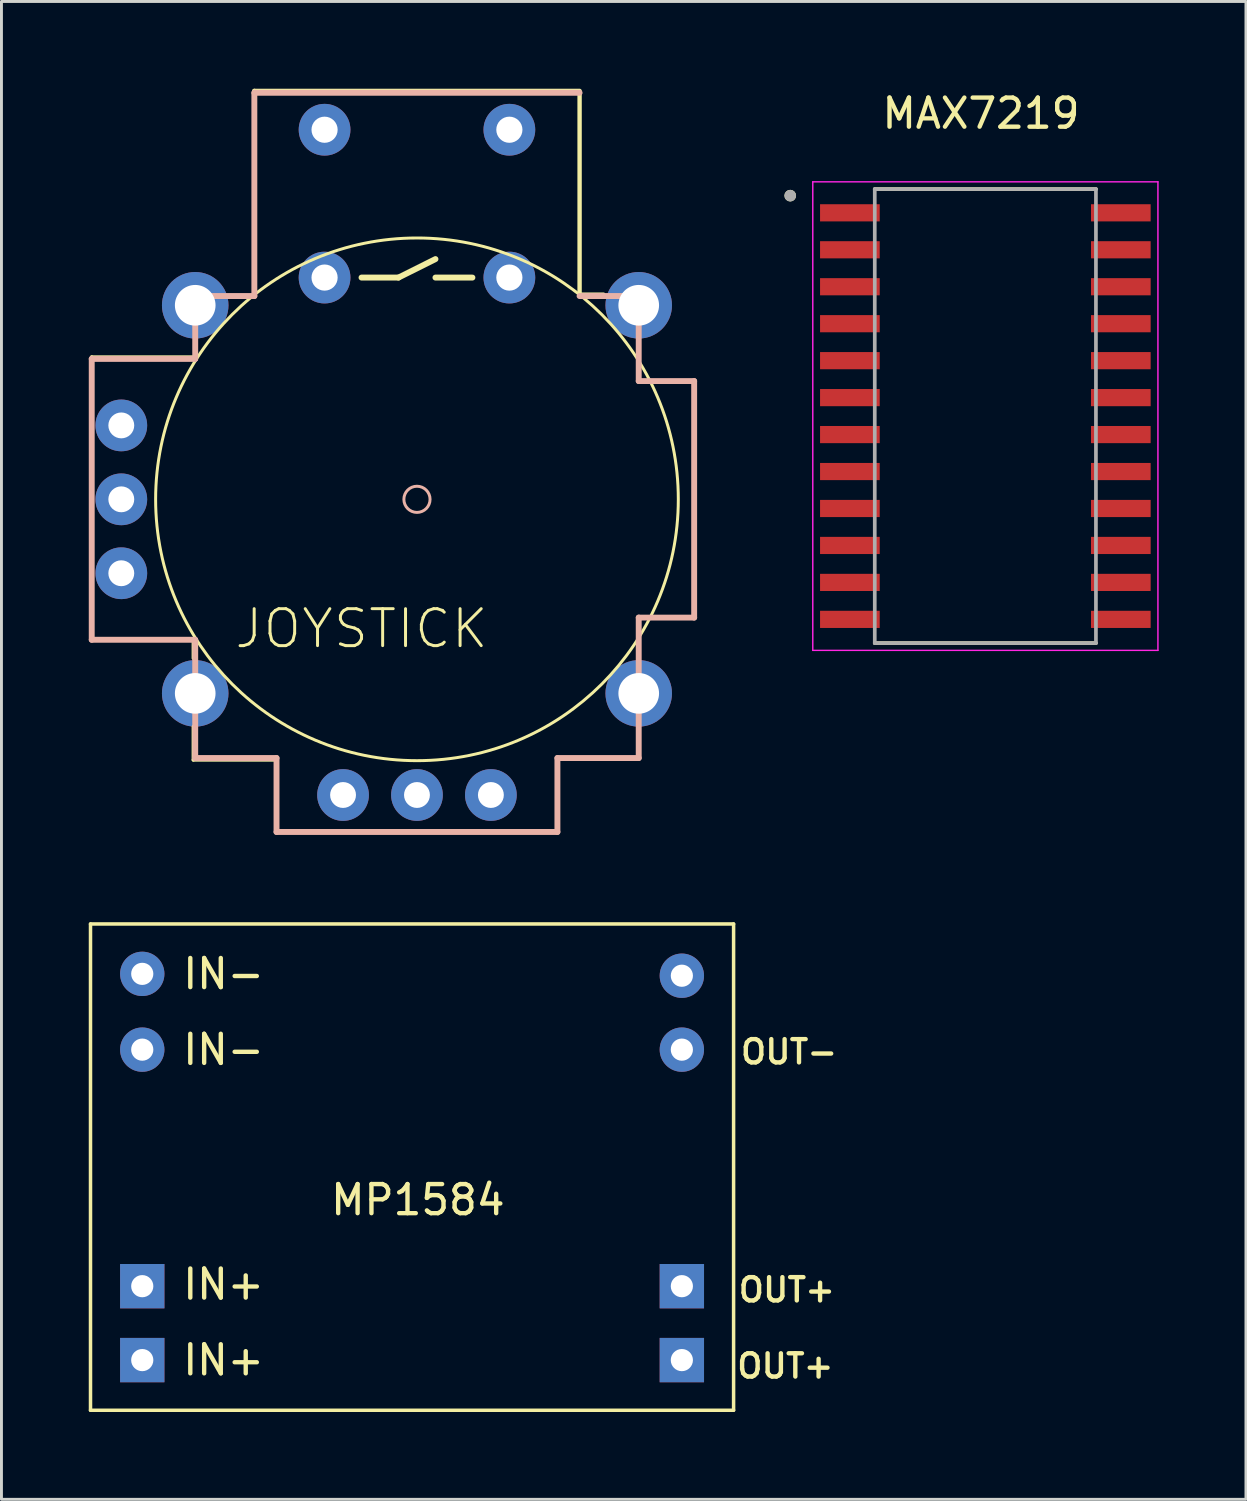
<source format=kicad_pcb>
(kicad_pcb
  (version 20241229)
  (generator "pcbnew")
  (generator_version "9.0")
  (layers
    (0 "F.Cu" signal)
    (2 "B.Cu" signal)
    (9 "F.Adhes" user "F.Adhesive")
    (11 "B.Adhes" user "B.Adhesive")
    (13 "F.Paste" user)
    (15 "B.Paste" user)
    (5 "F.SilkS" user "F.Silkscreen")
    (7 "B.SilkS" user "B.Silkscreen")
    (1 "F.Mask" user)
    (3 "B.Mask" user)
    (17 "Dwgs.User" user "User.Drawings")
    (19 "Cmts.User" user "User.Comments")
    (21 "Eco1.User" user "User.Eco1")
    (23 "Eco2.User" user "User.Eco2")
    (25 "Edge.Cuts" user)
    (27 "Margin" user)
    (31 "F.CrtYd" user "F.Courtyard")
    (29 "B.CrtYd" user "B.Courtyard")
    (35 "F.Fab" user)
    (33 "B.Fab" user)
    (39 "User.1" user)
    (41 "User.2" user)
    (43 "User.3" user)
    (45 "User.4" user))
  (footprint "MAX7219"
    (layer "F.Cu")
    (at 30.709 10.148)
    (property "Reference" "MAX7219" (at -0.05 -9.3 0) (layer "F.SilkS") (effects (font (size 1 1) (thickness 0.15))))
    (attr through_hole)
    (fp_line (start -3.7 -6.7) (end 3.9 -6.7) (stroke (width 0.127) (type solid)) (layer "F.SilkS"))
    (fp_line (start -3.7 8.9) (end 3.9 8.9) (stroke (width 0.127) (type solid)) (layer "F.SilkS"))
    (fp_circle (center -6.605 -6.475) (end -6.505 -6.475) (stroke (width 0.2) (type solid)) (fill no) (layer "F.SilkS"))
    (fp_line (start -5.83 -6.95) (end -5.83 9.15) (stroke (width 0.05) (type solid)) (layer "F.CrtYd"))
    (fp_line (start -5.83 -6.95) (end 6.03 -6.95) (stroke (width 0.05) (type solid)) (layer "F.CrtYd"))
    (fp_line (start -5.83 9.15) (end 6.03 9.15) (stroke (width 0.05) (type solid)) (layer "F.CrtYd"))
    (fp_line (start 6.03 -6.95) (end 6.03 9.15) (stroke (width 0.05) (type solid)) (layer "F.CrtYd"))
    (fp_line (start -3.7 -6.7) (end -3.7 8.9) (stroke (width 0.127) (type solid)) (layer "F.Fab"))
    (fp_line (start -3.7 -6.7) (end 3.9 -6.7) (stroke (width 0.127) (type solid)) (layer "F.Fab"))
    (fp_line (start -3.7 8.9) (end 3.9 8.9) (stroke (width 0.127) (type solid)) (layer "F.Fab"))
    (fp_line (start 3.9 -6.7) (end 3.9 8.9) (stroke (width 0.127) (type solid)) (layer "F.Fab"))
    (fp_circle (center -6.605 -6.475) (end -6.505 -6.475) (stroke (width 0.2) (type solid)) (fill no) (layer "F.Fab"))
    (pad "1" smd rect (at -4.555 -5.885) (size 2.05 0.59) (layers "F.Cu" "F.Mask" "F.Paste"))
    (pad "2" smd rect (at -4.555 -4.615) (size 2.05 0.59) (layers "F.Cu" "F.Mask" "F.Paste"))
    (pad "3" smd rect (at -4.555 -3.345) (size 2.05 0.59) (layers "F.Cu" "F.Mask" "F.Paste"))
    (pad "4" smd rect (at -4.555 -2.075) (size 2.05 0.59) (layers "F.Cu" "F.Mask" "F.Paste"))
    (pad "5" smd rect (at -4.555 -0.805) (size 2.05 0.59) (layers "F.Cu" "F.Mask" "F.Paste"))
    (pad "6" smd rect (at -4.555 0.465) (size 2.05 0.59) (layers "F.Cu" "F.Mask" "F.Paste"))
    (pad "7" smd rect (at -4.555 1.735) (size 2.05 0.59) (layers "F.Cu" "F.Mask" "F.Paste"))
    (pad "8" smd rect (at -4.555 3.005) (size 2.05 0.59) (layers "F.Cu" "F.Mask" "F.Paste"))
    (pad "9" smd rect (at -4.555 4.275) (size 2.05 0.59) (layers "F.Cu" "F.Mask" "F.Paste"))
    (pad "10" smd rect (at -4.555 5.545) (size 2.05 0.59) (layers "F.Cu" "F.Mask" "F.Paste"))
    (pad "11" smd rect (at -4.555 6.815) (size 2.05 0.59) (layers "F.Cu" "F.Mask" "F.Paste"))
    (pad "12" smd rect (at -4.555 8.085) (size 2.05 0.59) (layers "F.Cu" "F.Mask" "F.Paste"))
    (pad "13" smd rect (at 4.755 8.085) (size 2.05 0.59) (layers "F.Cu" "F.Mask" "F.Paste"))
    (pad "14" smd rect (at 4.755 6.815) (size 2.05 0.59) (layers "F.Cu" "F.Mask" "F.Paste"))
    (pad "15" smd rect (at 4.755 5.545) (size 2.05 0.59) (layers "F.Cu" "F.Mask" "F.Paste"))
    (pad "16" smd rect (at 4.755 4.275) (size 2.05 0.59) (layers "F.Cu" "F.Mask" "F.Paste"))
    (pad "17" smd rect (at 4.755 3.005) (size 2.05 0.59) (layers "F.Cu" "F.Mask" "F.Paste"))
    (pad "18" smd rect (at 4.755 1.735) (size 2.05 0.59) (layers "F.Cu" "F.Mask" "F.Paste"))
    (pad "19" smd rect (at 4.755 0.465) (size 2.05 0.59) (layers "F.Cu" "F.Mask" "F.Paste"))
    (pad "20" smd rect (at 4.755 -0.805) (size 2.05 0.59) (layers "F.Cu" "F.Mask" "F.Paste"))
    (pad "21" smd rect (at 4.755 -2.075) (size 2.05 0.59) (layers "F.Cu" "F.Mask" "F.Paste"))
    (pad "22" smd rect (at 4.755 -3.345) (size 2.05 0.59) (layers "F.Cu" "F.Mask" "F.Paste"))
    (pad "23" smd rect (at 4.755 -4.615) (size 2.05 0.59) (layers "F.Cu" "F.Mask" "F.Paste"))
    (pad "24" smd rect (at 4.755 -5.885) (size 2.05 0.59) (layers "F.Cu" "F.Mask" "F.Paste")))
  (footprint "MP1584"
    (layer "F.Cu")
    (at 11.309 37.682)
    (property "Reference" "MP1584" (at 0 0.5 0) (layer "F.SilkS") (effects (font (size 1 1) (thickness 0.15))))
    (attr through_hole)
    (fp_line (start -11.249 -8.982) (end -11.249 7.728) (stroke (width 0.12) (type solid)) (layer "F.SilkS"))
    (fp_line (start -11.249 -8.982) (end 10.849 -8.982) (stroke (width 0.12) (type solid)) (layer "F.SilkS"))
    (fp_line (start -11.249 7.728) (end 10.849 7.728) (stroke (width 0.12) (type solid)) (layer "F.SilkS"))
    (fp_line (start 10.849 -8.982) (end 10.849 7.728) (stroke (width 0.12) (type solid)) (layer "F.SilkS"))
    (fp_text user "OUT-" (at 12.754 -4.588 0) (layer "F.SilkS") (effects (font (size 0.8 0.8) (thickness 0.15))))
    (fp_text user "IN-" (at -6.677 -7.268 0) (layer "F.SilkS") (effects (font (size 1 1) (thickness 0.15))))
    (fp_text user "OUT+" (at 12.627 6.207 0) (layer "F.SilkS") (effects (font (size 0.8 0.8) (thickness 0.15))))
    (fp_text user "IN-" (at -6.677 -4.664 0) (layer "F.SilkS") (effects (font (size 1 1) (thickness 0.15))))
    (fp_text user "IN+" (at -6.677 6.004 0) (layer "F.SilkS") (effects (font (size 1 1) (thickness 0.15))))
    (fp_text user "OUT+" (at 12.678 3.591 0) (layer "F.SilkS") (effects (font (size 0.8 0.8) (thickness 0.15))))
    (fp_text user "IN+" (at -6.677 3.401 0) (layer "F.SilkS") (effects (font (size 1 1) (thickness 0.15))))
    (pad "1" thru_hole circle (at -9.471 -7.268) (size 1.524 1.524) (drill 0.762) (layers "*.Cu" "*.Mask"))
    (pad "1" thru_hole circle (at -9.471 -4.664) (size 1.524 1.524) (drill 0.762) (layers "*.Cu" "*.Mask"))
    (pad "2" thru_hole rect (at -9.471 3.464) (size 1.524 1.524) (drill 0.762) (layers "*.Cu" "*.Mask"))
    (pad "2" thru_hole rect (at -9.471 6.004) (size 1.524 1.524) (drill 0.762) (layers "*.Cu" "*.Mask"))
    (pad "3" thru_hole rect (at 9.071 3.464) (size 1.524 1.524) (drill 0.762) (layers "*.Cu" "*.Mask"))
    (pad "3" thru_hole rect (at 9.071 6.004) (size 1.524 1.524) (drill 0.762) (layers "*.Cu" "*.Mask"))
    (pad "4" thru_hole circle (at 9.071 -7.204) (size 1.524 1.524) (drill 0.762) (layers "*.Cu" "*.Mask"))
    (pad "4" thru_hole circle (at 9.071 -4.664) (size 1.524 1.524) (drill 0.762) (layers "*.Cu" "*.Mask")))
  (footprint "JOYSTICK"
    (layer "F.Cu")
    (at 11.278 14.108)
    (property "Reference" "JOYSTICK" (at -1.905 4.445 0) (layer "F.SilkS") (effects (font (size 1.27 1.27) (thickness 0.102))))
    (attr exclude_from_pos_files exclude_from_bom)
    (fp_line (start -11.176 -4.889) (end -11.176 4.826) (stroke (width 0.12) (type solid)) (layer "F.SilkS"))
    (fp_line (start -11.176 4.826) (end -7.684 4.826) (stroke (width 0.12) (type solid)) (layer "F.SilkS"))
    (fp_line (start -7.684 4.826) (end -7.684 5.461) (stroke (width 0.12) (type solid)) (layer "F.SilkS"))
    (fp_line (start -7.684 7.811) (end -7.684 8.954) (stroke (width 0.12) (type solid)) (layer "F.SilkS"))
    (fp_line (start -7.684 8.954) (end -4.826 8.954) (stroke (width 0.12) (type solid)) (layer "F.SilkS"))
    (fp_line (start -7.62 -5.524) (end -7.62 -4.889) (stroke (width 0.12) (type solid)) (layer "F.SilkS"))
    (fp_line (start -7.62 -4.889) (end -11.176 -4.889) (stroke (width 0.12) (type solid)) (layer "F.SilkS"))
    (fp_line (start -5.588 -14.034) (end -5.588 -6.985) (stroke (width 0.15) (type solid)) (layer "F.SilkS"))
    (fp_line (start -5.588 -6.985) (end -6.477 -6.985) (stroke (width 0.12) (type solid)) (layer "F.SilkS"))
    (fp_line (start -4.826 8.954) (end -4.826 11.43) (stroke (width 0.12) (type solid)) (layer "F.SilkS"))
    (fp_line (start -4.826 11.43) (end 4.826 11.43) (stroke (width 0.12) (type solid)) (layer "F.SilkS"))
    (fp_line (start -1.905 -7.62) (end -0.635 -7.62) (stroke (width 0.203) (type solid)) (layer "F.SilkS"))
    (fp_line (start -0.635 -7.62) (end 0.635 -8.255) (stroke (width 0.203) (type solid)) (layer "F.SilkS"))
    (fp_line (start 0.635 -7.62) (end 1.905 -7.62) (stroke (width 0.203) (type solid)) (layer "F.SilkS"))
    (fp_line (start 4.826 8.89) (end 7.62 8.89) (stroke (width 0.12) (type solid)) (layer "F.SilkS"))
    (fp_line (start 4.826 11.43) (end 4.826 8.89) (stroke (width 0.12) (type solid)) (layer "F.SilkS"))
    (fp_line (start 5.588 -14.034) (end -5.588 -14.034) (stroke (width 0.15) (type solid)) (layer "F.SilkS"))
    (fp_line (start 5.588 -13.97) (end 5.588 -7.048) (stroke (width 0.15) (type solid)) (layer "F.SilkS"))
    (fp_line (start 5.588 -7.048) (end 6.413 -7.048) (stroke (width 0.12) (type solid)) (layer "F.SilkS"))
    (fp_line (start 7.62 -4.064) (end 7.62 -5.461) (stroke (width 0.12) (type solid)) (layer "F.SilkS"))
    (fp_line (start 7.62 4.064) (end 9.525 4.064) (stroke (width 0.12) (type solid)) (layer "F.SilkS"))
    (fp_line (start 7.62 5.461) (end 7.62 4.064) (stroke (width 0.12) (type solid)) (layer "F.SilkS"))
    (fp_line (start 7.62 8.89) (end 7.62 7.938) (stroke (width 0.12) (type solid)) (layer "F.SilkS"))
    (fp_line (start 9.525 -4.064) (end 7.62 -4.064) (stroke (width 0.12) (type solid)) (layer "F.SilkS"))
    (fp_line (start 9.525 4.064) (end 9.525 -4.064) (stroke (width 0.12) (type solid)) (layer "F.SilkS"))
    (fp_circle (center 0 0) (end -6.35 6.35) (stroke (width 0.102) (type solid)) (fill no) (layer "F.SilkS"))
    (fp_line (start -11.176 -4.826) (end -11.176 4.826) (stroke (width 0.203) (type solid)) (layer "B.SilkS"))
    (fp_line (start -7.62 -4.826) (end -11.176 -4.826) (stroke (width 0.203) (type solid)) (layer "B.SilkS"))
    (fp_line (start -7.62 -4.826) (end -7.62 -6.985) (stroke (width 0.203) (type solid)) (layer "B.SilkS"))
    (fp_line (start -7.62 4.826) (end -11.176 4.826) (stroke (width 0.203) (type solid)) (layer "B.SilkS"))
    (fp_line (start -7.62 4.826) (end -7.62 8.89) (stroke (width 0.203) (type solid)) (layer "B.SilkS"))
    (fp_line (start -5.588 -13.97) (end -5.588 -6.985) (stroke (width 0.203) (type solid)) (layer "B.SilkS"))
    (fp_line (start -5.588 -6.985) (end -7.62 -6.985) (stroke (width 0.203) (type solid)) (layer "B.SilkS"))
    (fp_line (start -4.826 8.89) (end -7.62 8.89) (stroke (width 0.203) (type solid)) (layer "B.SilkS"))
    (fp_line (start -4.826 11.43) (end -4.826 8.89) (stroke (width 0.203) (type solid)) (layer "B.SilkS"))
    (fp_line (start 4.826 8.89) (end 7.62 8.89) (stroke (width 0.203) (type solid)) (layer "B.SilkS"))
    (fp_line (start 4.826 11.43) (end -4.826 11.43) (stroke (width 0.203) (type solid)) (layer "B.SilkS"))
    (fp_line (start 4.826 11.43) (end 4.826 8.89) (stroke (width 0.203) (type solid)) (layer "B.SilkS"))
    (fp_line (start 5.588 -13.97) (end -5.588 -13.97) (stroke (width 0.203) (type solid)) (layer "B.SilkS"))
    (fp_line (start 7.62 -6.985) (end 5.588 -6.985) (stroke (width 0.203) (type solid)) (layer "B.SilkS"))
    (fp_line (start 7.62 -4.064) (end 7.62 -6.985) (stroke (width 0.203) (type solid)) (layer "B.SilkS"))
    (fp_line (start 7.62 -4.064) (end 9.525 -4.064) (stroke (width 0.203) (type solid)) (layer "B.SilkS"))
    (fp_line (start 7.62 4.064) (end 7.62 8.89) (stroke (width 0.203) (type solid)) (layer "B.SilkS"))
    (fp_line (start 7.62 4.064) (end 9.525 4.064) (stroke (width 0.203) (type solid)) (layer "B.SilkS"))
    (fp_line (start 9.525 -4.064) (end 9.525 4.064) (stroke (width 0.203) (type solid)) (layer "B.SilkS"))
    (fp_circle (center 0 0) (end -0.318 0.318) (stroke (width 0.102) (type solid)) (fill no) (layer "B.SilkS"))
    (pad "" thru_hole circle (at -7.62 -6.668) (size 2.286 2.286) (drill 1.397) (layers "*.Cu" "F.Mask" "F.Paste"))
    (pad "" thru_hole circle (at -7.62 6.668) (size 2.286 2.286) (drill 1.397) (layers "*.Cu" "F.Mask" "F.Paste"))
    (pad "" thru_hole circle (at 7.62 -6.668) (size 2.286 2.286) (drill 1.397) (layers "*.Cu" "F.Mask" "F.Paste"))
    (pad "" thru_hole circle (at 7.62 6.668) (size 2.286 2.286) (drill 1.397) (layers "*.Cu" "F.Mask" "F.Paste"))
    (pad "1" thru_hole circle (at -3.175 -12.7) (size 1.778 1.778) (drill 0.899) (layers "*.Cu" "F.Mask" "F.Paste"))
    (pad "2" thru_hole circle (at 3.175 -12.7) (size 1.778 1.778) (drill 0.899) (layers "*.Cu" "F.Mask" "F.Paste"))
    (pad "3" thru_hole circle (at 3.175 -7.62) (size 1.778 1.778) (drill 0.899) (layers "*.Cu" "F.Mask" "F.Paste"))
    (pad "4" thru_hole circle (at -3.175 -7.62) (size 1.778 1.778) (drill 0.899) (layers "*.Cu" "F.Mask" "F.Paste"))
    (pad "5" thru_hole circle (at -10.16 -2.54) (size 1.778 1.778) (drill 0.889) (layers "*.Cu" "F.Mask" "F.Paste"))
    (pad "6" thru_hole circle (at -10.16 0) (size 1.778 1.778) (drill 0.889) (layers "*.Cu" "F.Mask" "F.Paste"))
    (pad "7" thru_hole circle (at -10.16 2.54) (size 1.778 1.778) (drill 0.889) (layers "*.Cu" "F.Mask" "F.Paste"))
    (pad "8" thru_hole circle (at -2.54 10.16) (size 1.778 1.778) (drill 0.889) (layers "*.Cu" "F.Mask" "F.Paste"))
    (pad "9" thru_hole circle (at 0 10.16) (size 1.778 1.778) (drill 0.889) (layers "*.Cu" "F.Mask" "F.Paste"))
    (pad "10" thru_hole circle (at 2.54 10.16) (size 1.778 1.778) (drill 0.889) (layers "*.Cu" "F.Mask" "F.Paste")))
  (gr_rect
    (start -3 -3)
    (end 39.764 48.47)
    (stroke (width 0.1) (type default))
    (fill no)
    (layer "Edge.Cuts")))
</source>
